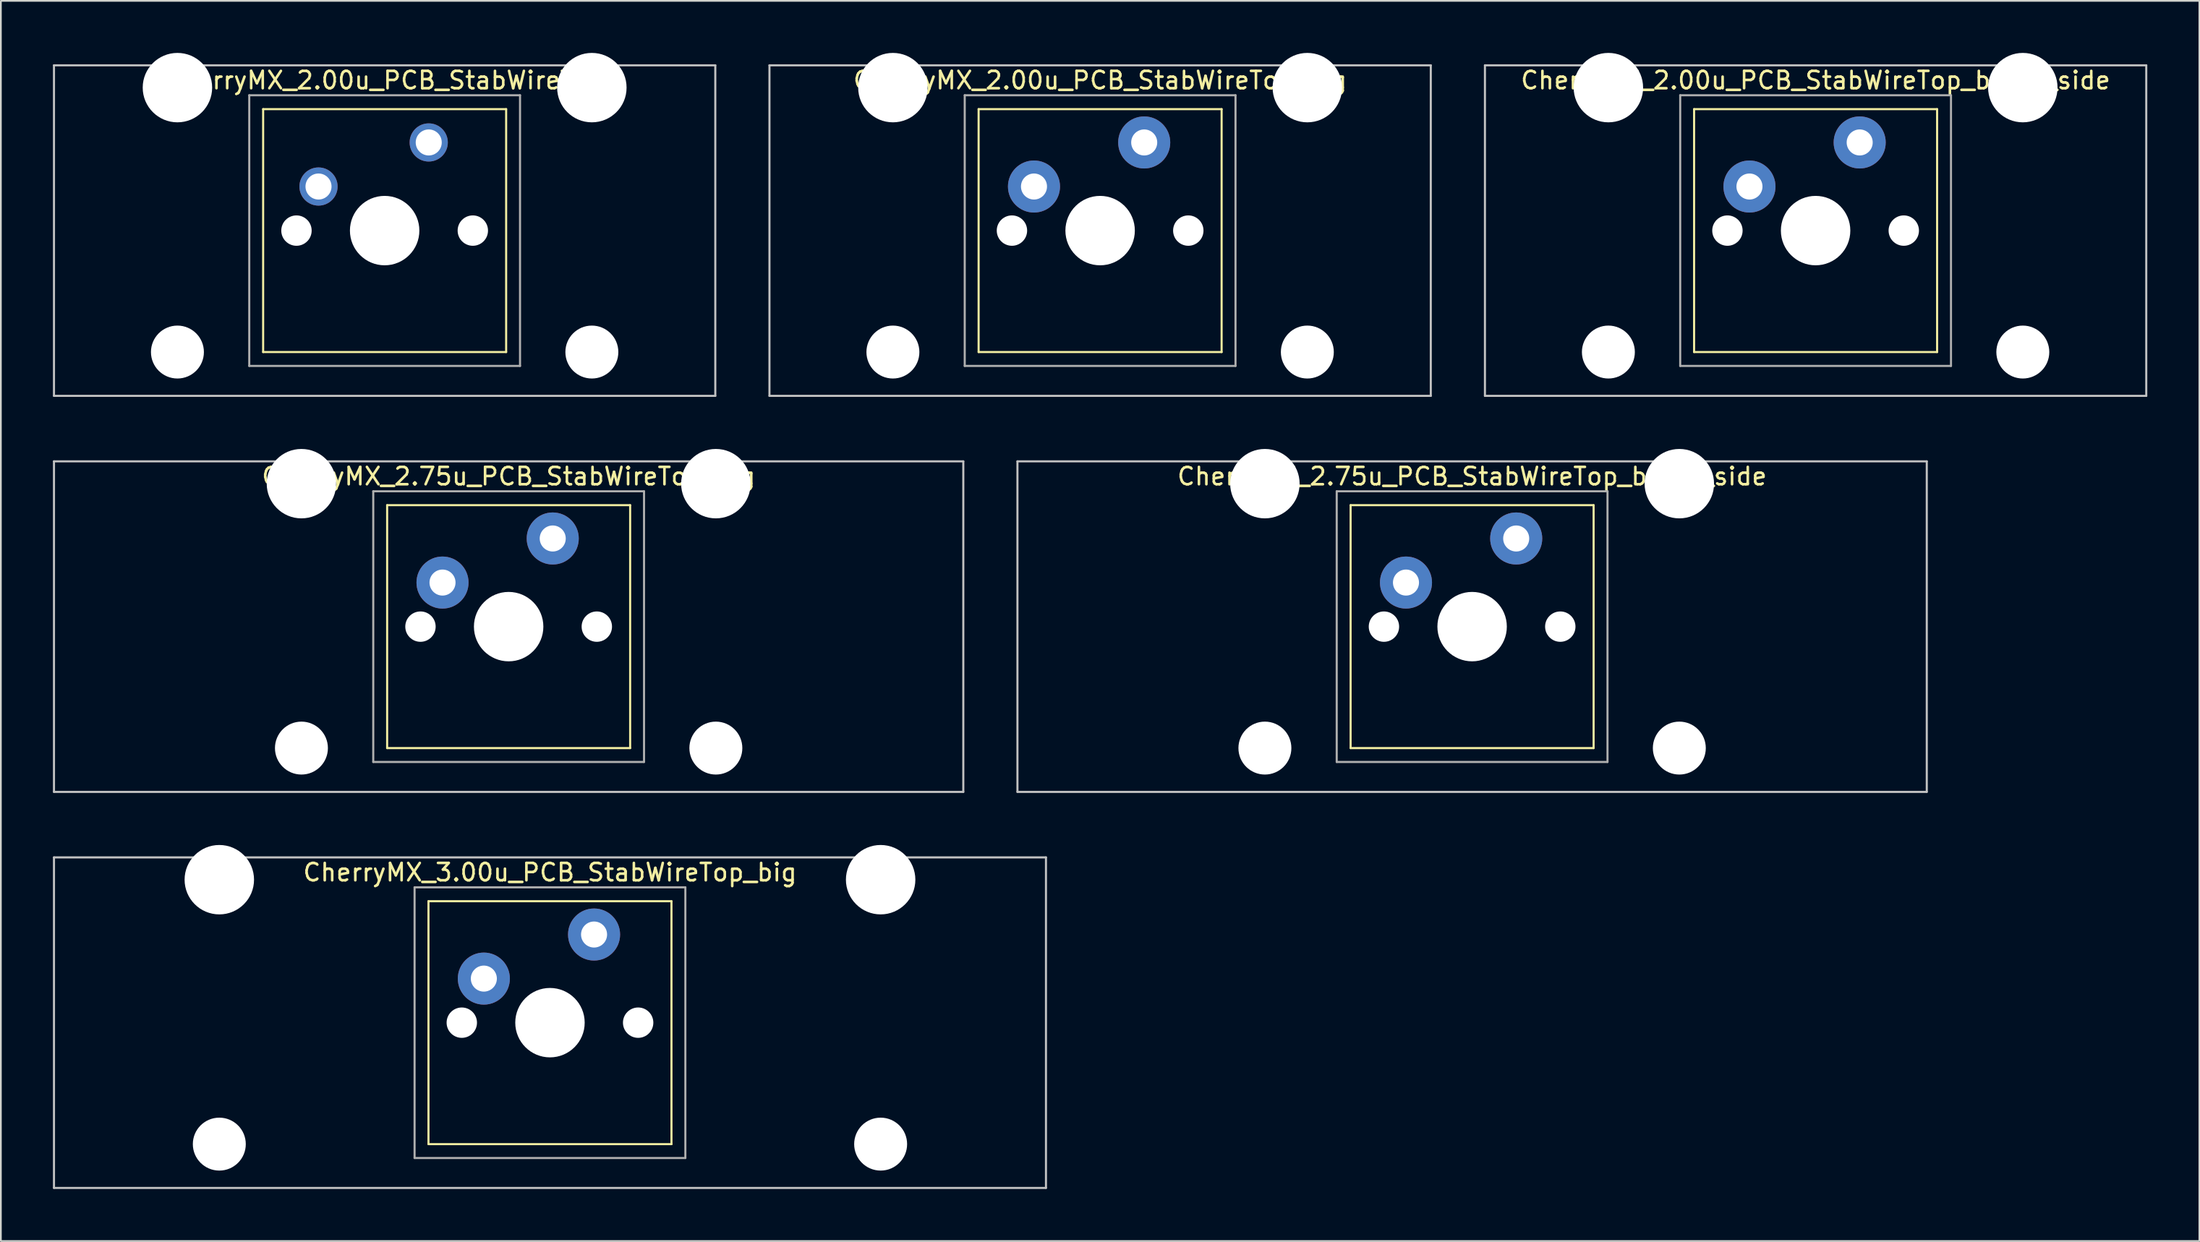
<source format=kicad_pcb>
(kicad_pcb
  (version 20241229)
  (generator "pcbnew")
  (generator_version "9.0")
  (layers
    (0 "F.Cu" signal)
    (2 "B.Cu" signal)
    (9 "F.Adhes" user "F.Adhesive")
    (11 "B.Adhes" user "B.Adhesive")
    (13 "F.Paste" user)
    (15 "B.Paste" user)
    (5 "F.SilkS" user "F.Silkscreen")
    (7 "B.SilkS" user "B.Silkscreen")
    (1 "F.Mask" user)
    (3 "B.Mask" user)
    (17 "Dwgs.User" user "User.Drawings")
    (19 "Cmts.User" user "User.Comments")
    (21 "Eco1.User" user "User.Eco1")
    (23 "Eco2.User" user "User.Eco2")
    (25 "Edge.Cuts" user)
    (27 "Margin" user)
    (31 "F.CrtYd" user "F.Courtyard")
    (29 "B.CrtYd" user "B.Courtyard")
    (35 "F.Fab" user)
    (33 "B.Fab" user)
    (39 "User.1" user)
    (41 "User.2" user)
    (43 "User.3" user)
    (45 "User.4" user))
  (footprint "CherryMX_2.00u_PCB_StabWireTop_big_1_side"
    (layer "F.Cu")
    (at 101.55 10.24)
    (property "Reference" "CherryMX_2.00u_PCB_StabWireTop_big_1_side" (at 0 -8.662 0) (layer "F.SilkS") (effects (font (size 1 1) (thickness 0.15))))
    (attr through_hole)
    (fp_line (start -7 -7) (end -7 7) (stroke (width 0.12) (type solid)) (layer "F.SilkS"))
    (fp_line (start -7 -7) (end 7 -7) (stroke (width 0.12) (type solid)) (layer "F.SilkS"))
    (fp_line (start 7 -7) (end 7 7) (stroke (width 0.12) (type solid)) (layer "F.SilkS"))
    (fp_line (start 7 7) (end -7 7) (stroke (width 0.12) (type solid)) (layer "F.SilkS"))
    (fp_line (start -19.05 -9.525) (end 19.05 -9.525) (stroke (width 0.12) (type solid)) (layer "Dwgs.User"))
    (fp_line (start -19.05 9.525) (end -19.05 -9.525) (stroke (width 0.12) (type solid)) (layer "Dwgs.User"))
    (fp_line (start 19.05 -9.525) (end 19.05 9.525) (stroke (width 0.12) (type solid)) (layer "Dwgs.User"))
    (fp_line (start 19.05 9.525) (end -19.05 9.525) (stroke (width 0.12) (type solid)) (layer "Dwgs.User"))
    (fp_line (start -7.8 -7.8) (end -7.8 7.8) (stroke (width 0.12) (type solid)) (layer "F.Fab"))
    (fp_line (start -7.8 -7.8) (end 7.8 -7.8) (stroke (width 0.12) (type solid)) (layer "F.Fab"))
    (fp_line (start -7.8 7.8) (end 7.8 7.8) (stroke (width 0.12) (type solid)) (layer "F.Fab"))
    (fp_line (start 7.8 -7.8) (end 7.8 7.8) (stroke (width 0.12) (type solid)) (layer "F.Fab"))
    (pad "" np_thru_hole circle (at -11.938 -8.24) (size 4 4) (drill 4) (layers "*.Cu" "*.Mask"))
    (pad "" np_thru_hole circle (at -11.938 7) (size 3.05 3.05) (drill 3.05) (layers "*.Cu" "*.Mask"))
    (pad "" np_thru_hole circle (at -5.08 0) (size 1.75 1.75) (drill 1.75) (layers "*.Cu" "*.Mask"))
    (pad "" np_thru_hole circle (at 0 0) (size 4 4) (drill 4) (layers "*.Cu" "*.Mask"))
    (pad "" np_thru_hole circle (at 5.08 0) (size 1.75 1.75) (drill 1.75) (layers "*.Cu" "*.Mask"))
    (pad "" np_thru_hole circle (at 11.938 -8.24) (size 4 4) (drill 4) (layers "*.Cu" "*.Mask"))
    (pad "" np_thru_hole circle (at 11.938 7) (size 3.05 3.05) (drill 3.05) (layers "*.Cu" "*.Mask"))
    (pad "1" thru_hole circle (at -3.81 -2.54) (size 3 3) (drill 1.5) (layers "*.Cu" "B.Mask"))
    (pad "2" thru_hole circle (at 2.54 -5.08) (size 3 3) (drill 1.5) (layers "*.Cu" "B.Mask")))
  (footprint "CherryMX_3.00u_PCB_StabWireTop_big"
    (layer "F.Cu")
    (at 28.635 55.89)
    (property "Reference" "CherryMX_3.00u_PCB_StabWireTop_big" (at 0 -8.662 0) (layer "F.SilkS") (effects (font (size 1 1) (thickness 0.15))))
    (attr through_hole)
    (fp_line (start -7 -7) (end -7 7) (stroke (width 0.12) (type solid)) (layer "F.SilkS"))
    (fp_line (start -7 -7) (end 7 -7) (stroke (width 0.12) (type solid)) (layer "F.SilkS"))
    (fp_line (start 7 -7) (end 7 7) (stroke (width 0.12) (type solid)) (layer "F.SilkS"))
    (fp_line (start 7 7) (end -7 7) (stroke (width 0.12) (type solid)) (layer "F.SilkS"))
    (fp_line (start -28.575 -9.525) (end 28.575 -9.525) (stroke (width 0.12) (type solid)) (layer "Dwgs.User"))
    (fp_line (start -28.575 9.525) (end -28.575 -9.525) (stroke (width 0.12) (type solid)) (layer "Dwgs.User"))
    (fp_line (start 28.575 -9.525) (end 28.575 9.525) (stroke (width 0.12) (type solid)) (layer "Dwgs.User"))
    (fp_line (start 28.575 9.525) (end -28.575 9.525) (stroke (width 0.12) (type solid)) (layer "Dwgs.User"))
    (fp_line (start -7.8 -7.8) (end -7.8 7.8) (stroke (width 0.12) (type solid)) (layer "F.Fab"))
    (fp_line (start -7.8 -7.8) (end 7.8 -7.8) (stroke (width 0.12) (type solid)) (layer "F.Fab"))
    (fp_line (start -7.8 7.8) (end 7.8 7.8) (stroke (width 0.12) (type solid)) (layer "F.Fab"))
    (fp_line (start 7.8 -7.8) (end 7.8 7.8) (stroke (width 0.12) (type solid)) (layer "F.Fab"))
    (pad "" np_thru_hole circle (at -19.05 -8.24) (size 4 4) (drill 4) (layers "*.Cu" "*.Mask"))
    (pad "" np_thru_hole circle (at -19.05 7) (size 3.05 3.05) (drill 3.05) (layers "*.Cu" "*.Mask"))
    (pad "" np_thru_hole circle (at -5.08 0) (size 1.75 1.75) (drill 1.75) (layers "*.Cu" "*.Mask"))
    (pad "" np_thru_hole circle (at 0 0) (size 4 4) (drill 4) (layers "*.Cu" "*.Mask"))
    (pad "" np_thru_hole circle (at 5.08 0) (size 1.75 1.75) (drill 1.75) (layers "*.Cu" "*.Mask"))
    (pad "" np_thru_hole circle (at 19.05 -8.24) (size 4 4) (drill 4) (layers "*.Cu" "*.Mask"))
    (pad "" np_thru_hole circle (at 19.05 7) (size 3.05 3.05) (drill 3.05) (layers "*.Cu" "*.Mask"))
    (pad "1" thru_hole circle (at -3.81 -2.54) (size 3 3) (drill 1.5) (layers "*.Cu" "*.Mask"))
    (pad "2" thru_hole circle (at 2.54 -5.08) (size 3 3) (drill 1.5) (layers "*.Cu" "*.Mask")))
  (footprint "CherryMX_2.75u_PCB_StabWireTop_big"
    (layer "F.Cu")
    (at 26.254 33.065)
    (property "Reference" "CherryMX_2.75u_PCB_StabWireTop_big" (at 0 -8.662 0) (layer "F.SilkS") (effects (font (size 1 1) (thickness 0.15))))
    (attr through_hole)
    (fp_line (start -7 -7) (end -7 7) (stroke (width 0.12) (type solid)) (layer "F.SilkS"))
    (fp_line (start -7 -7) (end 7 -7) (stroke (width 0.12) (type solid)) (layer "F.SilkS"))
    (fp_line (start 7 -7) (end 7 7) (stroke (width 0.12) (type solid)) (layer "F.SilkS"))
    (fp_line (start 7 7) (end -7 7) (stroke (width 0.12) (type solid)) (layer "F.SilkS"))
    (fp_line (start -26.194 -9.525) (end 26.194 -9.525) (stroke (width 0.12) (type solid)) (layer "Dwgs.User"))
    (fp_line (start -26.194 9.525) (end -26.194 -9.525) (stroke (width 0.12) (type solid)) (layer "Dwgs.User"))
    (fp_line (start 26.194 -9.525) (end 26.194 9.525) (stroke (width 0.12) (type solid)) (layer "Dwgs.User"))
    (fp_line (start 26.194 9.525) (end -26.194 9.525) (stroke (width 0.12) (type solid)) (layer "Dwgs.User"))
    (fp_line (start -7.8 -7.8) (end -7.8 7.8) (stroke (width 0.12) (type solid)) (layer "F.Fab"))
    (fp_line (start -7.8 -7.8) (end 7.8 -7.8) (stroke (width 0.12) (type solid)) (layer "F.Fab"))
    (fp_line (start -7.8 7.8) (end 7.8 7.8) (stroke (width 0.12) (type solid)) (layer "F.Fab"))
    (fp_line (start 7.8 -7.8) (end 7.8 7.8) (stroke (width 0.12) (type solid)) (layer "F.Fab"))
    (pad "" np_thru_hole circle (at -11.938 -8.24) (size 4 4) (drill 4) (layers "*.Cu" "*.Mask"))
    (pad "" np_thru_hole circle (at -11.938 7) (size 3.05 3.05) (drill 3.05) (layers "*.Cu" "*.Mask"))
    (pad "" np_thru_hole circle (at -5.08 0) (size 1.75 1.75) (drill 1.75) (layers "*.Cu" "*.Mask"))
    (pad "" np_thru_hole circle (at 0 0) (size 4 4) (drill 4) (layers "*.Cu" "*.Mask"))
    (pad "" np_thru_hole circle (at 5.08 0) (size 1.75 1.75) (drill 1.75) (layers "*.Cu" "*.Mask"))
    (pad "" np_thru_hole circle (at 11.938 -8.24) (size 4 4) (drill 4) (layers "*.Cu" "*.Mask"))
    (pad "" np_thru_hole circle (at 11.938 7) (size 3.05 3.05) (drill 3.05) (layers "*.Cu" "*.Mask"))
    (pad "1" thru_hole circle (at -3.81 -2.54) (size 3 3) (drill 1.5) (layers "*.Cu" "*.Mask"))
    (pad "2" thru_hole circle (at 2.54 -5.08) (size 3 3) (drill 1.5) (layers "*.Cu" "*.Mask")))
  (footprint "CherryMX_2.00u_PCB_StabWireTop"
    (layer "F.Cu")
    (at 19.11 10.24)
    (property "Reference" "CherryMX_2.00u_PCB_StabWireTop" (at 0 -8.662 0) (layer "F.SilkS") (effects (font (size 1 1) (thickness 0.15))))
    (attr through_hole)
    (fp_line (start -7 -7) (end -7 7) (stroke (width 0.12) (type solid)) (layer "F.SilkS"))
    (fp_line (start -7 -7) (end 7 -7) (stroke (width 0.12) (type solid)) (layer "F.SilkS"))
    (fp_line (start 7 -7) (end 7 7) (stroke (width 0.12) (type solid)) (layer "F.SilkS"))
    (fp_line (start 7 7) (end -7 7) (stroke (width 0.12) (type solid)) (layer "F.SilkS"))
    (fp_line (start -19.05 -9.525) (end 19.05 -9.525) (stroke (width 0.12) (type solid)) (layer "Dwgs.User"))
    (fp_line (start -19.05 9.525) (end -19.05 -9.525) (stroke (width 0.12) (type solid)) (layer "Dwgs.User"))
    (fp_line (start 19.05 -9.525) (end 19.05 9.525) (stroke (width 0.12) (type solid)) (layer "Dwgs.User"))
    (fp_line (start 19.05 9.525) (end -19.05 9.525) (stroke (width 0.12) (type solid)) (layer "Dwgs.User"))
    (fp_line (start -7.8 -7.8) (end -7.8 7.8) (stroke (width 0.12) (type solid)) (layer "F.Fab"))
    (fp_line (start -7.8 -7.8) (end 7.8 -7.8) (stroke (width 0.12) (type solid)) (layer "F.Fab"))
    (fp_line (start -7.8 7.8) (end 7.8 7.8) (stroke (width 0.12) (type solid)) (layer "F.Fab"))
    (fp_line (start 7.8 -7.8) (end 7.8 7.8) (stroke (width 0.12) (type solid)) (layer "F.Fab"))
    (pad "" np_thru_hole circle (at -11.938 -8.24) (size 4 4) (drill 4) (layers "*.Cu" "*.Mask"))
    (pad "" np_thru_hole circle (at -11.938 7) (size 3.05 3.05) (drill 3.05) (layers "*.Cu" "*.Mask"))
    (pad "" np_thru_hole circle (at -5.08 0) (size 1.75 1.75) (drill 1.75) (layers "*.Cu" "*.Mask"))
    (pad "" np_thru_hole circle (at 0 0) (size 4 4) (drill 4) (layers "*.Cu" "*.Mask"))
    (pad "" np_thru_hole circle (at 5.08 0) (size 1.75 1.75) (drill 1.75) (layers "*.Cu" "*.Mask"))
    (pad "" np_thru_hole circle (at 11.938 -8.24) (size 4 4) (drill 4) (layers "*.Cu" "*.Mask"))
    (pad "" np_thru_hole circle (at 11.938 7) (size 3.05 3.05) (drill 3.05) (layers "*.Cu" "*.Mask"))
    (pad "1" thru_hole circle (at -3.81 -2.54) (size 2.2 2.2) (drill 1.5) (layers "*.Cu" "*.Mask"))
    (pad "2" thru_hole circle (at 2.54 -5.08) (size 2.2 2.2) (drill 1.5) (layers "*.Cu" "*.Mask")))
  (footprint "CherryMX_2.75u_PCB_StabWireTop_big_1_side"
    (layer "F.Cu")
    (at 81.761 33.065)
    (property "Reference" "CherryMX_2.75u_PCB_StabWireTop_big_1_side" (at 0 -8.662 0) (layer "F.SilkS") (effects (font (size 1 1) (thickness 0.15))))
    (attr through_hole)
    (fp_line (start -7 -7) (end -7 7) (stroke (width 0.12) (type solid)) (layer "F.SilkS"))
    (fp_line (start -7 -7) (end 7 -7) (stroke (width 0.12) (type solid)) (layer "F.SilkS"))
    (fp_line (start 7 -7) (end 7 7) (stroke (width 0.12) (type solid)) (layer "F.SilkS"))
    (fp_line (start 7 7) (end -7 7) (stroke (width 0.12) (type solid)) (layer "F.SilkS"))
    (fp_line (start -26.194 -9.525) (end 26.194 -9.525) (stroke (width 0.12) (type solid)) (layer "Dwgs.User"))
    (fp_line (start -26.194 9.525) (end -26.194 -9.525) (stroke (width 0.12) (type solid)) (layer "Dwgs.User"))
    (fp_line (start 26.194 -9.525) (end 26.194 9.525) (stroke (width 0.12) (type solid)) (layer "Dwgs.User"))
    (fp_line (start 26.194 9.525) (end -26.194 9.525) (stroke (width 0.12) (type solid)) (layer "Dwgs.User"))
    (fp_line (start -7.8 -7.8) (end -7.8 7.8) (stroke (width 0.12) (type solid)) (layer "F.Fab"))
    (fp_line (start -7.8 -7.8) (end 7.8 -7.8) (stroke (width 0.12) (type solid)) (layer "F.Fab"))
    (fp_line (start -7.8 7.8) (end 7.8 7.8) (stroke (width 0.12) (type solid)) (layer "F.Fab"))
    (fp_line (start 7.8 -7.8) (end 7.8 7.8) (stroke (width 0.12) (type solid)) (layer "F.Fab"))
    (pad "" np_thru_hole circle (at -11.938 -8.24) (size 4 4) (drill 4) (layers "*.Cu" "*.Mask"))
    (pad "" np_thru_hole circle (at -11.938 7) (size 3.05 3.05) (drill 3.05) (layers "*.Cu" "*.Mask"))
    (pad "" np_thru_hole circle (at -5.08 0) (size 1.75 1.75) (drill 1.75) (layers "*.Cu" "*.Mask"))
    (pad "" np_thru_hole circle (at 0 0) (size 4 4) (drill 4) (layers "*.Cu" "*.Mask"))
    (pad "" np_thru_hole circle (at 5.08 0) (size 1.75 1.75) (drill 1.75) (layers "*.Cu" "*.Mask"))
    (pad "" np_thru_hole circle (at 11.938 -8.24) (size 4 4) (drill 4) (layers "*.Cu" "*.Mask"))
    (pad "" np_thru_hole circle (at 11.938 7) (size 3.05 3.05) (drill 3.05) (layers "*.Cu" "*.Mask"))
    (pad "1" thru_hole circle (at -3.81 -2.54) (size 3 3) (drill 1.5) (layers "*.Cu" "B.Mask"))
    (pad "2" thru_hole circle (at 2.54 -5.08) (size 3 3) (drill 1.5) (layers "*.Cu" "B.Mask")))
  (footprint "CherryMX_2.00u_PCB_StabWireTop_big"
    (layer "F.Cu")
    (at 60.33 10.24)
    (property "Reference" "CherryMX_2.00u_PCB_StabWireTop_big" (at 0 -8.662 0) (layer "F.SilkS") (effects (font (size 1 1) (thickness 0.15))))
    (attr through_hole)
    (fp_line (start -7 -7) (end -7 7) (stroke (width 0.12) (type solid)) (layer "F.SilkS"))
    (fp_line (start -7 -7) (end 7 -7) (stroke (width 0.12) (type solid)) (layer "F.SilkS"))
    (fp_line (start 7 -7) (end 7 7) (stroke (width 0.12) (type solid)) (layer "F.SilkS"))
    (fp_line (start 7 7) (end -7 7) (stroke (width 0.12) (type solid)) (layer "F.SilkS"))
    (fp_line (start -19.05 -9.525) (end 19.05 -9.525) (stroke (width 0.12) (type solid)) (layer "Dwgs.User"))
    (fp_line (start -19.05 9.525) (end -19.05 -9.525) (stroke (width 0.12) (type solid)) (layer "Dwgs.User"))
    (fp_line (start 19.05 -9.525) (end 19.05 9.525) (stroke (width 0.12) (type solid)) (layer "Dwgs.User"))
    (fp_line (start 19.05 9.525) (end -19.05 9.525) (stroke (width 0.12) (type solid)) (layer "Dwgs.User"))
    (fp_line (start -7.8 -7.8) (end -7.8 7.8) (stroke (width 0.12) (type solid)) (layer "F.Fab"))
    (fp_line (start -7.8 -7.8) (end 7.8 -7.8) (stroke (width 0.12) (type solid)) (layer "F.Fab"))
    (fp_line (start -7.8 7.8) (end 7.8 7.8) (stroke (width 0.12) (type solid)) (layer "F.Fab"))
    (fp_line (start 7.8 -7.8) (end 7.8 7.8) (stroke (width 0.12) (type solid)) (layer "F.Fab"))
    (pad "" np_thru_hole circle (at -11.938 -8.24) (size 4 4) (drill 4) (layers "*.Cu" "*.Mask"))
    (pad "" np_thru_hole circle (at -11.938 7) (size 3.05 3.05) (drill 3.05) (layers "*.Cu" "*.Mask"))
    (pad "" np_thru_hole circle (at -5.08 0) (size 1.75 1.75) (drill 1.75) (layers "*.Cu" "*.Mask"))
    (pad "" np_thru_hole circle (at 0 0) (size 4 4) (drill 4) (layers "*.Cu" "*.Mask"))
    (pad "" np_thru_hole circle (at 5.08 0) (size 1.75 1.75) (drill 1.75) (layers "*.Cu" "*.Mask"))
    (pad "" np_thru_hole circle (at 11.938 -8.24) (size 4 4) (drill 4) (layers "*.Cu" "*.Mask"))
    (pad "" np_thru_hole circle (at 11.938 7) (size 3.05 3.05) (drill 3.05) (layers "*.Cu" "*.Mask"))
    (pad "1" thru_hole circle (at -3.81 -2.54) (size 3 3) (drill 1.5) (layers "*.Cu" "*.Mask"))
    (pad "2" thru_hole circle (at 2.54 -5.08) (size 3 3) (drill 1.5) (layers "*.Cu" "*.Mask")))
  (gr_rect
    (start -3 -3)
    (end 123.66 68.475)
    (stroke (width 0.1) (type default))
    (fill no)
    (layer "Edge.Cuts")))
</source>
